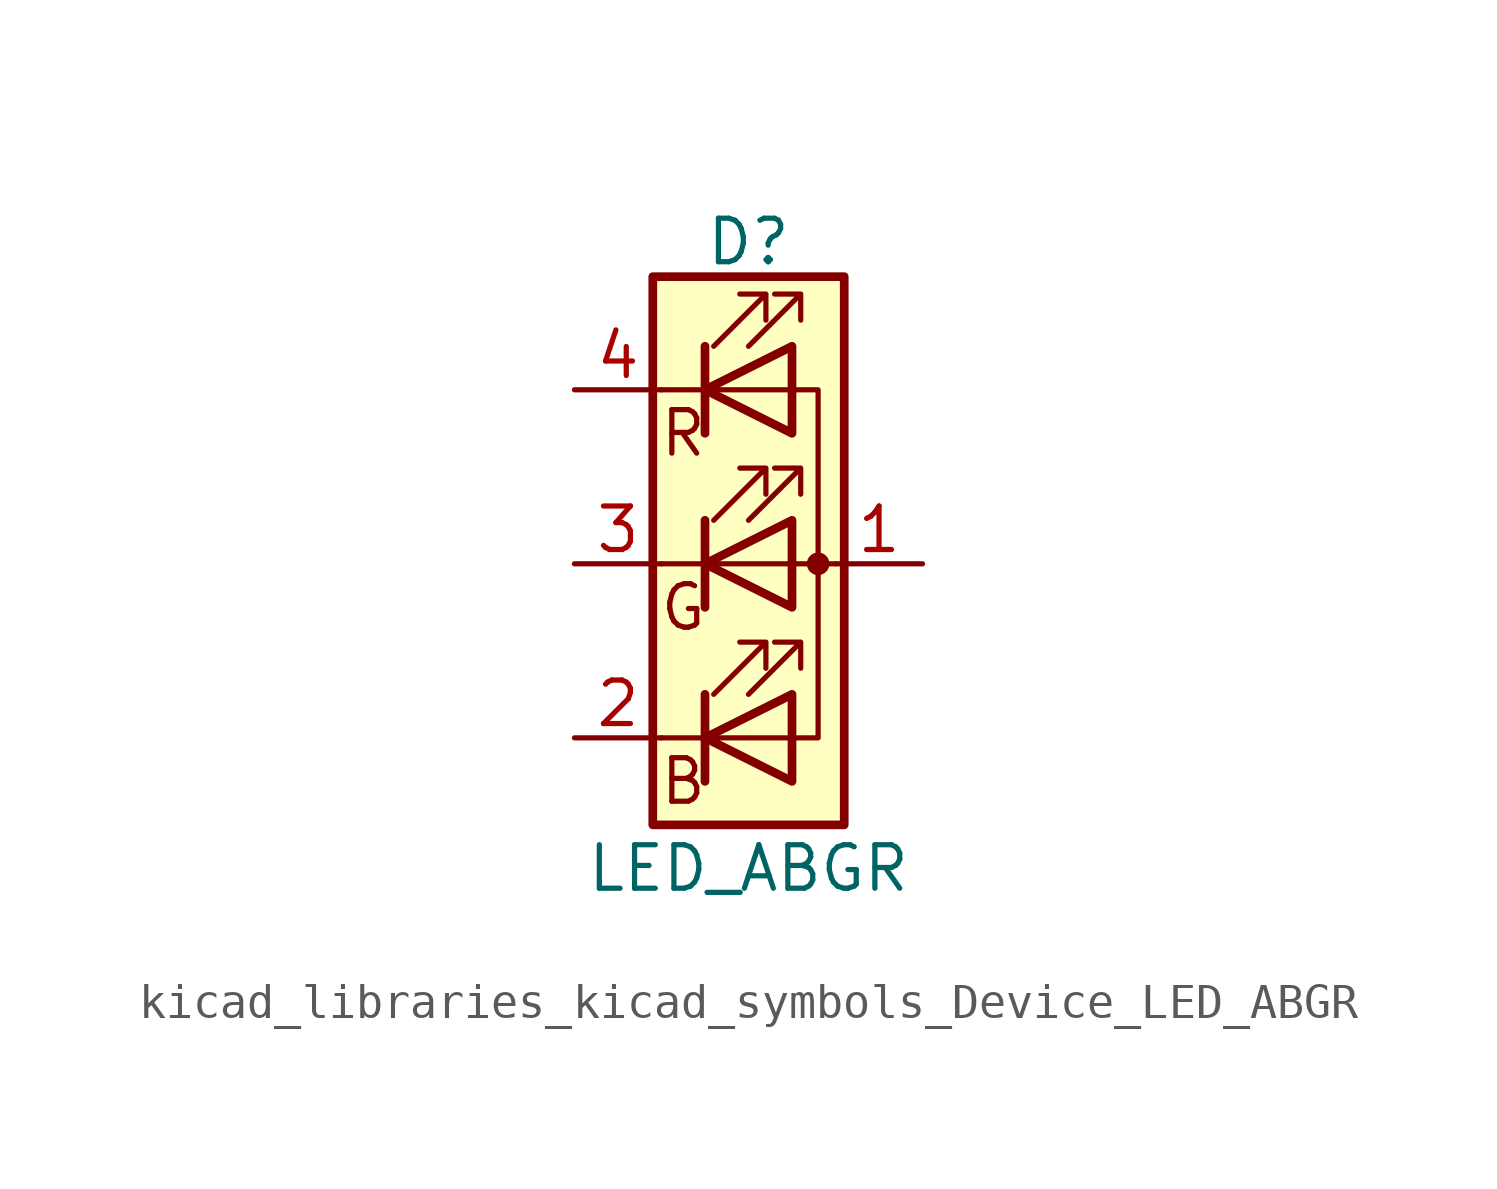
<source format=kicad_sym>
(kicad_symbol_lib
  (version 20220914)
  (generator kicad_symbol_editor)
  (symbol "kicad_libraries_kicad_symbols_Device_LED_ABGR"
    (pin_names
      (offset 0) hide)
    (property "Reference" "D"
      (at 0 9.398 0)
      (effects (font (size 1.27 1.27))))
    (property "Value" "LED_ABGR"
      (at 0 -8.89 0)
      (effects (font (size 1.27 1.27))))
    (symbol "kicad_libraries_kicad_symbols_Device_LED_ABGR_0_0"
      (text "B" (at -1.905 -6.35 0) (effects (font (size 1.27 1.27))))
      (text "G" (at -1.905 -1.27 0) (effects (font (size 1.27 1.27))))
      (text "R" (at -1.905 3.81 0) (effects (font (size 1.27 1.27)))))
    (symbol "kicad_libraries_kicad_symbols_Device_LED_ABGR_0_1"
      (polyline (pts (xy -1.27 -5.08) (xy -2.54 -5.08)) (stroke (width 0) (type default)) (fill (type none)))
      (polyline (pts (xy -1.27 -5.08) (xy 1.27 -5.08)) (stroke (width 0) (type default)) (fill (type none)))
      (polyline (pts (xy -1.27 -3.81) (xy -1.27 -6.35)) (stroke (width 0.254) (type default)) (fill (type none)))
      (polyline (pts (xy -1.27 0) (xy -2.54 0)) (stroke (width 0) (type default)) (fill (type none)))
      (polyline (pts (xy -1.27 1.27) (xy -1.27 -1.27)) (stroke (width 0.254) (type default)) (fill (type none)))
      (polyline (pts (xy -1.27 5.08) (xy -2.54 5.08)) (stroke (width 0) (type default)) (fill (type none)))
      (polyline (pts (xy -1.27 5.08) (xy 1.27 5.08)) (stroke (width 0) (type default)) (fill (type none)))
      (polyline (pts (xy -1.27 6.35) (xy -1.27 3.81)) (stroke (width 0.254) (type default)) (fill (type none)))
      (polyline (pts (xy 1.27 0) (xy -1.27 0)) (stroke (width 0) (type default)) (fill (type none)))
      (polyline (pts (xy 1.27 0) (xy 2.54 0)) (stroke (width 0) (type default)) (fill (type none)))
      (polyline (pts (xy -1.27 1.27) (xy -1.27 -1.27) (xy -1.27 -1.27)) (stroke (width 0) (type default)) (fill (type none)))
      (polyline (pts (xy -1.27 6.35) (xy -1.27 3.81) (xy -1.27 3.81)) (stroke (width 0) (type default)) (fill (type none)))
      (polyline (pts (xy 1.27 -5.08) (xy 2.032 -5.08) (xy 2.032 5.08) (xy 1.27 5.08)) (stroke (width 0) (type default)) (fill (type none)))
      (polyline (pts (xy 1.27 -3.81) (xy 1.27 -6.35) (xy -1.27 -5.08) (xy 1.27 -3.81)) (stroke (width 0.254) (type default)) (fill (type none)))
      (polyline (pts (xy 1.27 1.27) (xy 1.27 -1.27) (xy -1.27 0) (xy 1.27 1.27)) (stroke (width 0.254) (type default)) (fill (type none)))
      (polyline (pts (xy 1.27 6.35) (xy 1.27 3.81) (xy -1.27 5.08) (xy 1.27 6.35)) (stroke (width 0.254) (type default)) (fill (type none)))
      (polyline (pts (xy -1.016 -3.81) (xy 0.508 -2.286) (xy -0.254 -2.286) (xy 0.508 -2.286) (xy 0.508 -3.048)) (stroke (width 0) (type default)) (fill (type none)))
      (polyline (pts (xy -1.016 1.27) (xy 0.508 2.794) (xy -0.254 2.794) (xy 0.508 2.794) (xy 0.508 2.032)) (stroke (width 0) (type default)) (fill (type none)))
      (polyline (pts (xy -1.016 6.35) (xy 0.508 7.874) (xy -0.254 7.874) (xy 0.508 7.874) (xy 0.508 7.112)) (stroke (width 0) (type default)) (fill (type none)))
      (polyline (pts (xy 0 -3.81) (xy 1.524 -2.286) (xy 0.762 -2.286) (xy 1.524 -2.286) (xy 1.524 -3.048)) (stroke (width 0) (type default)) (fill (type none)))
      (polyline (pts (xy 0 1.27) (xy 1.524 2.794) (xy 0.762 2.794) (xy 1.524 2.794) (xy 1.524 2.032)) (stroke (width 0) (type default)) (fill (type none)))
      (polyline (pts (xy 0 6.35) (xy 1.524 7.874) (xy 0.762 7.874) (xy 1.524 7.874) (xy 1.524 7.112)) (stroke (width 0) (type default)) (fill (type none)))
      (rectangle (start 1.27 -1.27) (end 1.27 1.27) (stroke (width 0) (type default)) (fill (type none)))
      (rectangle (start 1.27 1.27) (end 1.27 1.27) (stroke (width 0) (type default)) (fill (type none)))
      (rectangle (start 1.27 3.81) (end 1.27 6.35) (stroke (width 0) (type default)) (fill (type none)))
      (rectangle (start 1.27 6.35) (end 1.27 6.35) (stroke (width 0) (type default)) (fill (type none)))
      (circle (center 2.032 0) (radius 0.254) (stroke (width 0) (type default)) (fill (type outline)))
      (rectangle (start 2.794 8.382) (end -2.794 -7.62) (stroke (width 0.254) (type default)) (fill (type background))))
    (symbol "kicad_libraries_kicad_symbols_Device_LED_ABGR_1_1"
      (pin passive line (at 5.08 0 180) (length 2.54) (name "A" (effects (font (size 1.27 1.27)))) (number "1" (effects (font (size 1.27 1.27)))))
      (pin passive line (at -5.08 -5.08 0) (length 2.54) (name "BK" (effects (font (size 1.27 1.27)))) (number "2" (effects (font (size 1.27 1.27)))))
      (pin passive line (at -5.08 0 0) (length 2.54) (name "GK" (effects (font (size 1.27 1.27)))) (number "3" (effects (font (size 1.27 1.27)))))
      (pin passive line (at -5.08 5.08 0) (length 2.54) (name "RK" (effects (font (size 1.27 1.27)))) (number "4" (effects (font (size 1.27 1.27))))))))
</source>
